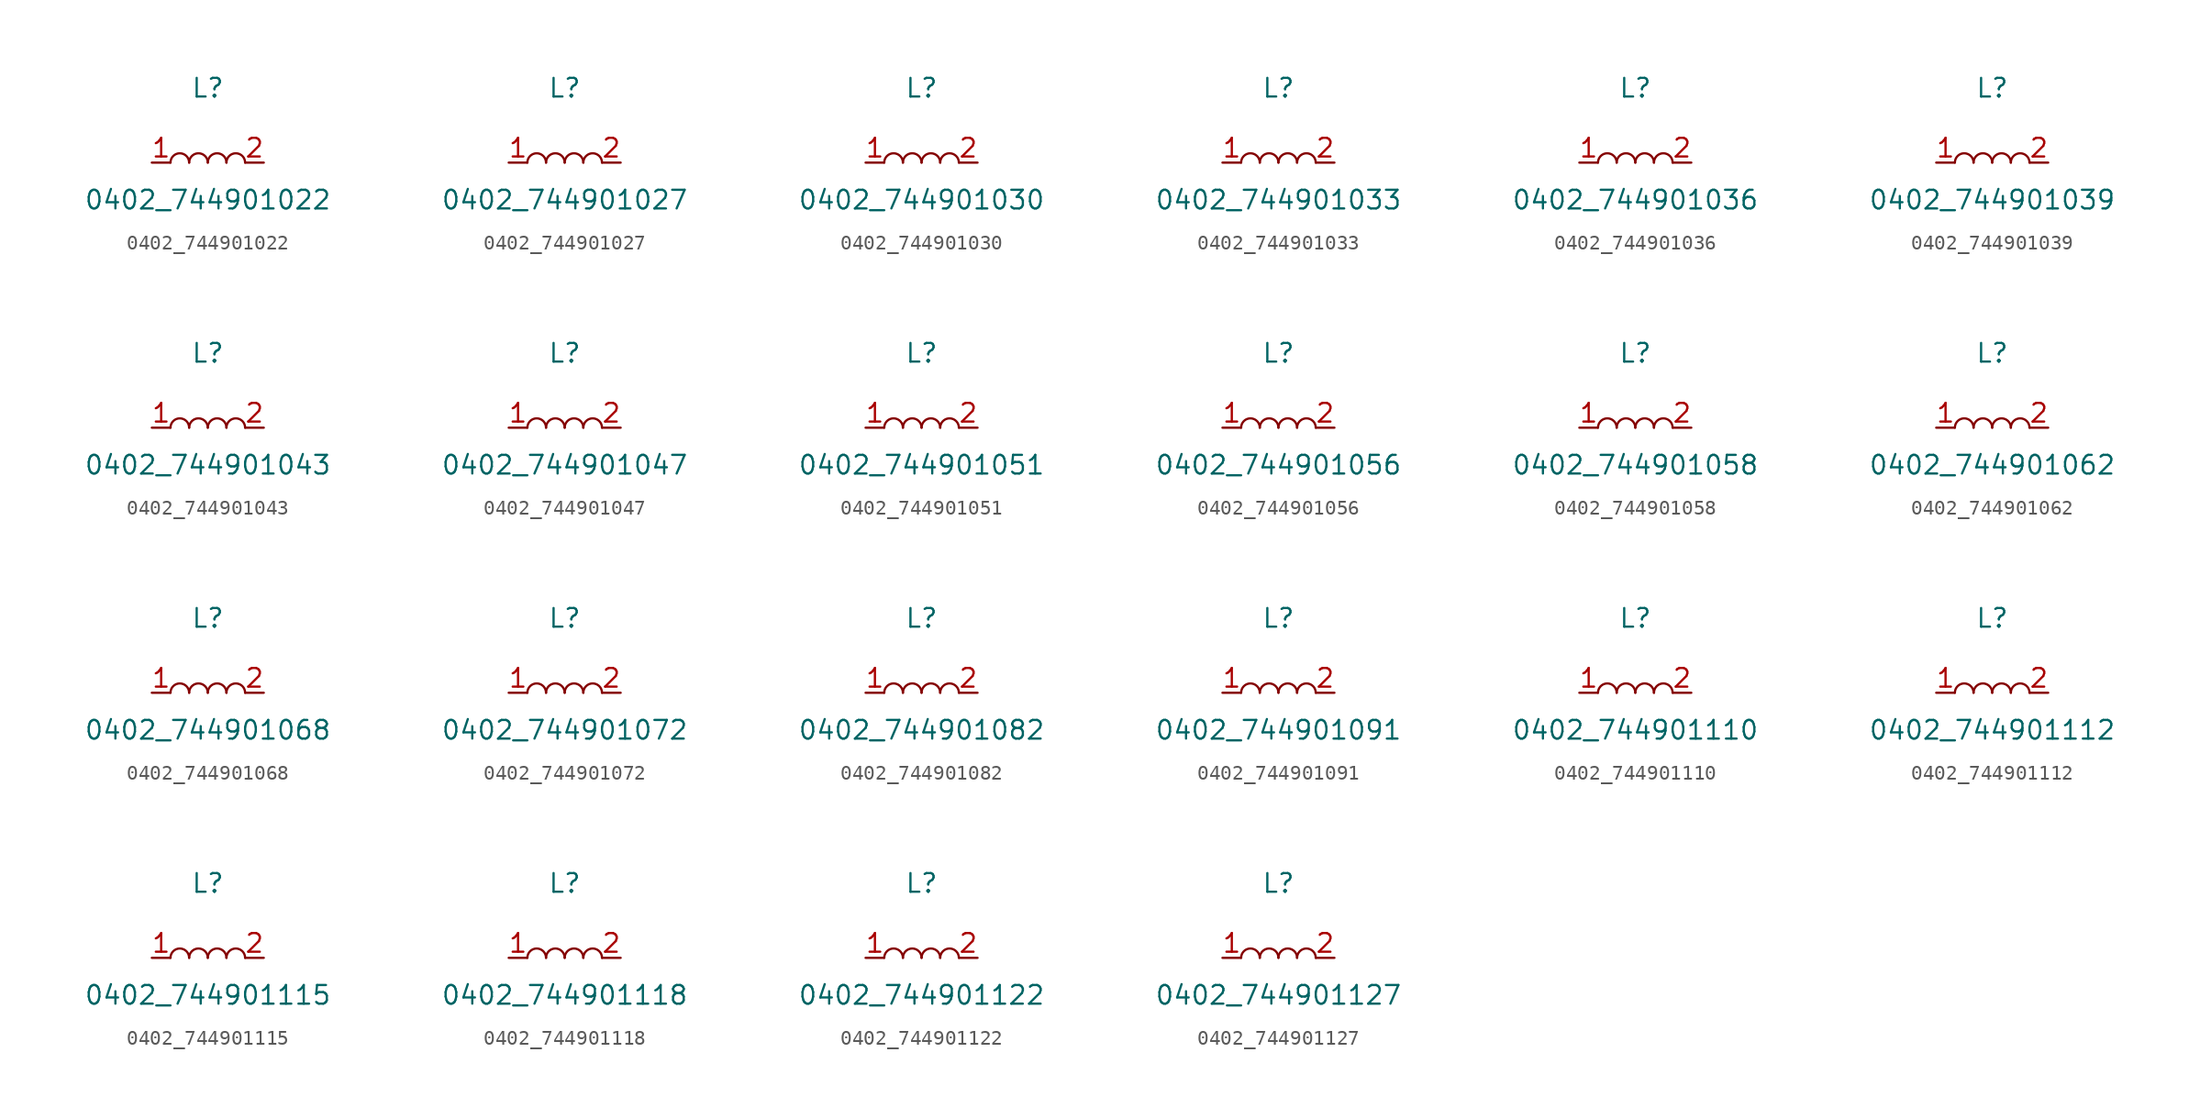
<source format=kicad_sym>
(kicad_symbol_lib
  (version 20220914)
  (generator kicad_symbol_editor)
  (symbol "0402_744901022"
    (pin_names hide)
    (property "Reference" "L"
      (at 0 5.08 0)
      (effects (font (size 1.27 1.27))))
    (property "Value" "0402_744901022"
      (at 0 -2.54 0)
      (effects (font (size 1.27 1.27))))
    (symbol "0402_744901022_0_1"
      (arc (start -1.27 0) (mid -1.905 0.6323) (end -2.54 0) (stroke (width 0) (type default)) (fill (type none)))
      (arc (start 0 0) (mid -0.635 0.6323) (end -1.27 0) (stroke (width 0) (type default)) (fill (type none)))
      (arc (start 1.27 0) (mid 0.635 0.6323) (end 0 0) (stroke (width 0) (type default)) (fill (type none)))
      (arc (start 2.54 0) (mid 1.905 0.6323) (end 1.27 0) (stroke (width 0) (type default)) (fill (type none))))
    (symbol "0402_744901022_1_1"
      (pin passive line (at -3.81 0 0) (length 1.27) (name "1" (effects (font (size 1.27 1.27)))) (number "1" (effects (font (size 1.27 1.27)))))
      (pin passive line (at 3.81 0 180) (length 1.27) (name "2" (effects (font (size 1.27 1.27)))) (number "2" (effects (font (size 1.27 1.27)))))))
  (symbol "0402_744901027"
    (pin_names hide)
    (property "Reference" "L"
      (at 0 5.08 0)
      (effects (font (size 1.27 1.27))))
    (property "Value" "0402_744901027"
      (at 0 -2.54 0)
      (effects (font (size 1.27 1.27))))
    (symbol "0402_744901027_0_1"
      (arc (start -1.27 0) (mid -1.905 0.6323) (end -2.54 0) (stroke (width 0) (type default)) (fill (type none)))
      (arc (start 0 0) (mid -0.635 0.6323) (end -1.27 0) (stroke (width 0) (type default)) (fill (type none)))
      (arc (start 1.27 0) (mid 0.635 0.6323) (end 0 0) (stroke (width 0) (type default)) (fill (type none)))
      (arc (start 2.54 0) (mid 1.905 0.6323) (end 1.27 0) (stroke (width 0) (type default)) (fill (type none))))
    (symbol "0402_744901027_1_1"
      (pin passive line (at -3.81 0 0) (length 1.27) (name "1" (effects (font (size 1.27 1.27)))) (number "1" (effects (font (size 1.27 1.27)))))
      (pin passive line (at 3.81 0 180) (length 1.27) (name "2" (effects (font (size 1.27 1.27)))) (number "2" (effects (font (size 1.27 1.27)))))))
  (symbol "0402_744901030"
    (pin_names hide)
    (property "Reference" "L"
      (at 0 5.08 0)
      (effects (font (size 1.27 1.27))))
    (property "Value" "0402_744901030"
      (at 0 -2.54 0)
      (effects (font (size 1.27 1.27))))
    (symbol "0402_744901030_0_1"
      (arc (start -1.27 0) (mid -1.905 0.6323) (end -2.54 0) (stroke (width 0) (type default)) (fill (type none)))
      (arc (start 0 0) (mid -0.635 0.6323) (end -1.27 0) (stroke (width 0) (type default)) (fill (type none)))
      (arc (start 1.27 0) (mid 0.635 0.6323) (end 0 0) (stroke (width 0) (type default)) (fill (type none)))
      (arc (start 2.54 0) (mid 1.905 0.6323) (end 1.27 0) (stroke (width 0) (type default)) (fill (type none))))
    (symbol "0402_744901030_1_1"
      (pin passive line (at -3.81 0 0) (length 1.27) (name "1" (effects (font (size 1.27 1.27)))) (number "1" (effects (font (size 1.27 1.27)))))
      (pin passive line (at 3.81 0 180) (length 1.27) (name "2" (effects (font (size 1.27 1.27)))) (number "2" (effects (font (size 1.27 1.27)))))))
  (symbol "0402_744901033"
    (pin_names hide)
    (property "Reference" "L"
      (at 0 5.08 0)
      (effects (font (size 1.27 1.27))))
    (property "Value" "0402_744901033"
      (at 0 -2.54 0)
      (effects (font (size 1.27 1.27))))
    (symbol "0402_744901033_0_1"
      (arc (start -1.27 0) (mid -1.905 0.6323) (end -2.54 0) (stroke (width 0) (type default)) (fill (type none)))
      (arc (start 0 0) (mid -0.635 0.6323) (end -1.27 0) (stroke (width 0) (type default)) (fill (type none)))
      (arc (start 1.27 0) (mid 0.635 0.6323) (end 0 0) (stroke (width 0) (type default)) (fill (type none)))
      (arc (start 2.54 0) (mid 1.905 0.6323) (end 1.27 0) (stroke (width 0) (type default)) (fill (type none))))
    (symbol "0402_744901033_1_1"
      (pin passive line (at -3.81 0 0) (length 1.27) (name "1" (effects (font (size 1.27 1.27)))) (number "1" (effects (font (size 1.27 1.27)))))
      (pin passive line (at 3.81 0 180) (length 1.27) (name "2" (effects (font (size 1.27 1.27)))) (number "2" (effects (font (size 1.27 1.27)))))))
  (symbol "0402_744901036"
    (pin_names hide)
    (property "Reference" "L"
      (at 0 5.08 0)
      (effects (font (size 1.27 1.27))))
    (property "Value" "0402_744901036"
      (at 0 -2.54 0)
      (effects (font (size 1.27 1.27))))
    (symbol "0402_744901036_0_1"
      (arc (start -1.27 0) (mid -1.905 0.6323) (end -2.54 0) (stroke (width 0) (type default)) (fill (type none)))
      (arc (start 0 0) (mid -0.635 0.6323) (end -1.27 0) (stroke (width 0) (type default)) (fill (type none)))
      (arc (start 1.27 0) (mid 0.635 0.6323) (end 0 0) (stroke (width 0) (type default)) (fill (type none)))
      (arc (start 2.54 0) (mid 1.905 0.6323) (end 1.27 0) (stroke (width 0) (type default)) (fill (type none))))
    (symbol "0402_744901036_1_1"
      (pin passive line (at -3.81 0 0) (length 1.27) (name "1" (effects (font (size 1.27 1.27)))) (number "1" (effects (font (size 1.27 1.27)))))
      (pin passive line (at 3.81 0 180) (length 1.27) (name "2" (effects (font (size 1.27 1.27)))) (number "2" (effects (font (size 1.27 1.27)))))))
  (symbol "0402_744901039"
    (pin_names hide)
    (property "Reference" "L"
      (at 0 5.08 0)
      (effects (font (size 1.27 1.27))))
    (property "Value" "0402_744901039"
      (at 0 -2.54 0)
      (effects (font (size 1.27 1.27))))
    (symbol "0402_744901039_0_1"
      (arc (start -1.27 0) (mid -1.905 0.6323) (end -2.54 0) (stroke (width 0) (type default)) (fill (type none)))
      (arc (start 0 0) (mid -0.635 0.6323) (end -1.27 0) (stroke (width 0) (type default)) (fill (type none)))
      (arc (start 1.27 0) (mid 0.635 0.6323) (end 0 0) (stroke (width 0) (type default)) (fill (type none)))
      (arc (start 2.54 0) (mid 1.905 0.6323) (end 1.27 0) (stroke (width 0) (type default)) (fill (type none))))
    (symbol "0402_744901039_1_1"
      (pin passive line (at -3.81 0 0) (length 1.27) (name "1" (effects (font (size 1.27 1.27)))) (number "1" (effects (font (size 1.27 1.27)))))
      (pin passive line (at 3.81 0 180) (length 1.27) (name "2" (effects (font (size 1.27 1.27)))) (number "2" (effects (font (size 1.27 1.27)))))))
  (symbol "0402_744901043"
    (pin_names hide)
    (property "Reference" "L"
      (at 0 5.08 0)
      (effects (font (size 1.27 1.27))))
    (property "Value" "0402_744901043"
      (at 0 -2.54 0)
      (effects (font (size 1.27 1.27))))
    (symbol "0402_744901043_0_1"
      (arc (start -1.27 0) (mid -1.905 0.6323) (end -2.54 0) (stroke (width 0) (type default)) (fill (type none)))
      (arc (start 0 0) (mid -0.635 0.6323) (end -1.27 0) (stroke (width 0) (type default)) (fill (type none)))
      (arc (start 1.27 0) (mid 0.635 0.6323) (end 0 0) (stroke (width 0) (type default)) (fill (type none)))
      (arc (start 2.54 0) (mid 1.905 0.6323) (end 1.27 0) (stroke (width 0) (type default)) (fill (type none))))
    (symbol "0402_744901043_1_1"
      (pin passive line (at -3.81 0 0) (length 1.27) (name "1" (effects (font (size 1.27 1.27)))) (number "1" (effects (font (size 1.27 1.27)))))
      (pin passive line (at 3.81 0 180) (length 1.27) (name "2" (effects (font (size 1.27 1.27)))) (number "2" (effects (font (size 1.27 1.27)))))))
  (symbol "0402_744901047"
    (pin_names hide)
    (property "Reference" "L"
      (at 0 5.08 0)
      (effects (font (size 1.27 1.27))))
    (property "Value" "0402_744901047"
      (at 0 -2.54 0)
      (effects (font (size 1.27 1.27))))
    (symbol "0402_744901047_0_1"
      (arc (start -1.27 0) (mid -1.905 0.6323) (end -2.54 0) (stroke (width 0) (type default)) (fill (type none)))
      (arc (start 0 0) (mid -0.635 0.6323) (end -1.27 0) (stroke (width 0) (type default)) (fill (type none)))
      (arc (start 1.27 0) (mid 0.635 0.6323) (end 0 0) (stroke (width 0) (type default)) (fill (type none)))
      (arc (start 2.54 0) (mid 1.905 0.6323) (end 1.27 0) (stroke (width 0) (type default)) (fill (type none))))
    (symbol "0402_744901047_1_1"
      (pin passive line (at -3.81 0 0) (length 1.27) (name "1" (effects (font (size 1.27 1.27)))) (number "1" (effects (font (size 1.27 1.27)))))
      (pin passive line (at 3.81 0 180) (length 1.27) (name "2" (effects (font (size 1.27 1.27)))) (number "2" (effects (font (size 1.27 1.27)))))))
  (symbol "0402_744901051"
    (pin_names hide)
    (property "Reference" "L"
      (at 0 5.08 0)
      (effects (font (size 1.27 1.27))))
    (property "Value" "0402_744901051"
      (at 0 -2.54 0)
      (effects (font (size 1.27 1.27))))
    (symbol "0402_744901051_0_1"
      (arc (start -1.27 0) (mid -1.905 0.6323) (end -2.54 0) (stroke (width 0) (type default)) (fill (type none)))
      (arc (start 0 0) (mid -0.635 0.6323) (end -1.27 0) (stroke (width 0) (type default)) (fill (type none)))
      (arc (start 1.27 0) (mid 0.635 0.6323) (end 0 0) (stroke (width 0) (type default)) (fill (type none)))
      (arc (start 2.54 0) (mid 1.905 0.6323) (end 1.27 0) (stroke (width 0) (type default)) (fill (type none))))
    (symbol "0402_744901051_1_1"
      (pin passive line (at -3.81 0 0) (length 1.27) (name "1" (effects (font (size 1.27 1.27)))) (number "1" (effects (font (size 1.27 1.27)))))
      (pin passive line (at 3.81 0 180) (length 1.27) (name "2" (effects (font (size 1.27 1.27)))) (number "2" (effects (font (size 1.27 1.27)))))))
  (symbol "0402_744901056"
    (pin_names hide)
    (property "Reference" "L"
      (at 0 5.08 0)
      (effects (font (size 1.27 1.27))))
    (property "Value" "0402_744901056"
      (at 0 -2.54 0)
      (effects (font (size 1.27 1.27))))
    (symbol "0402_744901056_0_1"
      (arc (start -1.27 0) (mid -1.905 0.6323) (end -2.54 0) (stroke (width 0) (type default)) (fill (type none)))
      (arc (start 0 0) (mid -0.635 0.6323) (end -1.27 0) (stroke (width 0) (type default)) (fill (type none)))
      (arc (start 1.27 0) (mid 0.635 0.6323) (end 0 0) (stroke (width 0) (type default)) (fill (type none)))
      (arc (start 2.54 0) (mid 1.905 0.6323) (end 1.27 0) (stroke (width 0) (type default)) (fill (type none))))
    (symbol "0402_744901056_1_1"
      (pin passive line (at -3.81 0 0) (length 1.27) (name "1" (effects (font (size 1.27 1.27)))) (number "1" (effects (font (size 1.27 1.27)))))
      (pin passive line (at 3.81 0 180) (length 1.27) (name "2" (effects (font (size 1.27 1.27)))) (number "2" (effects (font (size 1.27 1.27)))))))
  (symbol "0402_744901058"
    (pin_names hide)
    (property "Reference" "L"
      (at 0 5.08 0)
      (effects (font (size 1.27 1.27))))
    (property "Value" "0402_744901058"
      (at 0 -2.54 0)
      (effects (font (size 1.27 1.27))))
    (symbol "0402_744901058_0_1"
      (arc (start -1.27 0) (mid -1.905 0.6323) (end -2.54 0) (stroke (width 0) (type default)) (fill (type none)))
      (arc (start 0 0) (mid -0.635 0.6323) (end -1.27 0) (stroke (width 0) (type default)) (fill (type none)))
      (arc (start 1.27 0) (mid 0.635 0.6323) (end 0 0) (stroke (width 0) (type default)) (fill (type none)))
      (arc (start 2.54 0) (mid 1.905 0.6323) (end 1.27 0) (stroke (width 0) (type default)) (fill (type none))))
    (symbol "0402_744901058_1_1"
      (pin passive line (at -3.81 0 0) (length 1.27) (name "1" (effects (font (size 1.27 1.27)))) (number "1" (effects (font (size 1.27 1.27)))))
      (pin passive line (at 3.81 0 180) (length 1.27) (name "2" (effects (font (size 1.27 1.27)))) (number "2" (effects (font (size 1.27 1.27)))))))
  (symbol "0402_744901062"
    (pin_names hide)
    (property "Reference" "L"
      (at 0 5.08 0)
      (effects (font (size 1.27 1.27))))
    (property "Value" "0402_744901062"
      (at 0 -2.54 0)
      (effects (font (size 1.27 1.27))))
    (symbol "0402_744901062_0_1"
      (arc (start -1.27 0) (mid -1.905 0.6323) (end -2.54 0) (stroke (width 0) (type default)) (fill (type none)))
      (arc (start 0 0) (mid -0.635 0.6323) (end -1.27 0) (stroke (width 0) (type default)) (fill (type none)))
      (arc (start 1.27 0) (mid 0.635 0.6323) (end 0 0) (stroke (width 0) (type default)) (fill (type none)))
      (arc (start 2.54 0) (mid 1.905 0.6323) (end 1.27 0) (stroke (width 0) (type default)) (fill (type none))))
    (symbol "0402_744901062_1_1"
      (pin passive line (at -3.81 0 0) (length 1.27) (name "1" (effects (font (size 1.27 1.27)))) (number "1" (effects (font (size 1.27 1.27)))))
      (pin passive line (at 3.81 0 180) (length 1.27) (name "2" (effects (font (size 1.27 1.27)))) (number "2" (effects (font (size 1.27 1.27)))))))
  (symbol "0402_744901068"
    (pin_names hide)
    (property "Reference" "L"
      (at 0 5.08 0)
      (effects (font (size 1.27 1.27))))
    (property "Value" "0402_744901068"
      (at 0 -2.54 0)
      (effects (font (size 1.27 1.27))))
    (symbol "0402_744901068_0_1"
      (arc (start -1.27 0) (mid -1.905 0.6323) (end -2.54 0) (stroke (width 0) (type default)) (fill (type none)))
      (arc (start 0 0) (mid -0.635 0.6323) (end -1.27 0) (stroke (width 0) (type default)) (fill (type none)))
      (arc (start 1.27 0) (mid 0.635 0.6323) (end 0 0) (stroke (width 0) (type default)) (fill (type none)))
      (arc (start 2.54 0) (mid 1.905 0.6323) (end 1.27 0) (stroke (width 0) (type default)) (fill (type none))))
    (symbol "0402_744901068_1_1"
      (pin passive line (at -3.81 0 0) (length 1.27) (name "1" (effects (font (size 1.27 1.27)))) (number "1" (effects (font (size 1.27 1.27)))))
      (pin passive line (at 3.81 0 180) (length 1.27) (name "2" (effects (font (size 1.27 1.27)))) (number "2" (effects (font (size 1.27 1.27)))))))
  (symbol "0402_744901072"
    (pin_names hide)
    (property "Reference" "L"
      (at 0 5.08 0)
      (effects (font (size 1.27 1.27))))
    (property "Value" "0402_744901072"
      (at 0 -2.54 0)
      (effects (font (size 1.27 1.27))))
    (symbol "0402_744901072_0_1"
      (arc (start -1.27 0) (mid -1.905 0.6323) (end -2.54 0) (stroke (width 0) (type default)) (fill (type none)))
      (arc (start 0 0) (mid -0.635 0.6323) (end -1.27 0) (stroke (width 0) (type default)) (fill (type none)))
      (arc (start 1.27 0) (mid 0.635 0.6323) (end 0 0) (stroke (width 0) (type default)) (fill (type none)))
      (arc (start 2.54 0) (mid 1.905 0.6323) (end 1.27 0) (stroke (width 0) (type default)) (fill (type none))))
    (symbol "0402_744901072_1_1"
      (pin passive line (at -3.81 0 0) (length 1.27) (name "1" (effects (font (size 1.27 1.27)))) (number "1" (effects (font (size 1.27 1.27)))))
      (pin passive line (at 3.81 0 180) (length 1.27) (name "2" (effects (font (size 1.27 1.27)))) (number "2" (effects (font (size 1.27 1.27)))))))
  (symbol "0402_744901082"
    (pin_names hide)
    (property "Reference" "L"
      (at 0 5.08 0)
      (effects (font (size 1.27 1.27))))
    (property "Value" "0402_744901082"
      (at 0 -2.54 0)
      (effects (font (size 1.27 1.27))))
    (symbol "0402_744901082_0_1"
      (arc (start -1.27 0) (mid -1.905 0.6323) (end -2.54 0) (stroke (width 0) (type default)) (fill (type none)))
      (arc (start 0 0) (mid -0.635 0.6323) (end -1.27 0) (stroke (width 0) (type default)) (fill (type none)))
      (arc (start 1.27 0) (mid 0.635 0.6323) (end 0 0) (stroke (width 0) (type default)) (fill (type none)))
      (arc (start 2.54 0) (mid 1.905 0.6323) (end 1.27 0) (stroke (width 0) (type default)) (fill (type none))))
    (symbol "0402_744901082_1_1"
      (pin passive line (at -3.81 0 0) (length 1.27) (name "1" (effects (font (size 1.27 1.27)))) (number "1" (effects (font (size 1.27 1.27)))))
      (pin passive line (at 3.81 0 180) (length 1.27) (name "2" (effects (font (size 1.27 1.27)))) (number "2" (effects (font (size 1.27 1.27)))))))
  (symbol "0402_744901091"
    (pin_names hide)
    (property "Reference" "L"
      (at 0 5.08 0)
      (effects (font (size 1.27 1.27))))
    (property "Value" "0402_744901091"
      (at 0 -2.54 0)
      (effects (font (size 1.27 1.27))))
    (symbol "0402_744901091_0_1"
      (arc (start -1.27 0) (mid -1.905 0.6323) (end -2.54 0) (stroke (width 0) (type default)) (fill (type none)))
      (arc (start 0 0) (mid -0.635 0.6323) (end -1.27 0) (stroke (width 0) (type default)) (fill (type none)))
      (arc (start 1.27 0) (mid 0.635 0.6323) (end 0 0) (stroke (width 0) (type default)) (fill (type none)))
      (arc (start 2.54 0) (mid 1.905 0.6323) (end 1.27 0) (stroke (width 0) (type default)) (fill (type none))))
    (symbol "0402_744901091_1_1"
      (pin passive line (at -3.81 0 0) (length 1.27) (name "1" (effects (font (size 1.27 1.27)))) (number "1" (effects (font (size 1.27 1.27)))))
      (pin passive line (at 3.81 0 180) (length 1.27) (name "2" (effects (font (size 1.27 1.27)))) (number "2" (effects (font (size 1.27 1.27)))))))
  (symbol "0402_744901110"
    (pin_names hide)
    (property "Reference" "L"
      (at 0 5.08 0)
      (effects (font (size 1.27 1.27))))
    (property "Value" "0402_744901110"
      (at 0 -2.54 0)
      (effects (font (size 1.27 1.27))))
    (symbol "0402_744901110_0_1"
      (arc (start -1.27 0) (mid -1.905 0.6323) (end -2.54 0) (stroke (width 0) (type default)) (fill (type none)))
      (arc (start 0 0) (mid -0.635 0.6323) (end -1.27 0) (stroke (width 0) (type default)) (fill (type none)))
      (arc (start 1.27 0) (mid 0.635 0.6323) (end 0 0) (stroke (width 0) (type default)) (fill (type none)))
      (arc (start 2.54 0) (mid 1.905 0.6323) (end 1.27 0) (stroke (width 0) (type default)) (fill (type none))))
    (symbol "0402_744901110_1_1"
      (pin passive line (at -3.81 0 0) (length 1.27) (name "1" (effects (font (size 1.27 1.27)))) (number "1" (effects (font (size 1.27 1.27)))))
      (pin passive line (at 3.81 0 180) (length 1.27) (name "2" (effects (font (size 1.27 1.27)))) (number "2" (effects (font (size 1.27 1.27)))))))
  (symbol "0402_744901112"
    (pin_names hide)
    (property "Reference" "L"
      (at 0 5.08 0)
      (effects (font (size 1.27 1.27))))
    (property "Value" "0402_744901112"
      (at 0 -2.54 0)
      (effects (font (size 1.27 1.27))))
    (symbol "0402_744901112_0_1"
      (arc (start -1.27 0) (mid -1.905 0.6323) (end -2.54 0) (stroke (width 0) (type default)) (fill (type none)))
      (arc (start 0 0) (mid -0.635 0.6323) (end -1.27 0) (stroke (width 0) (type default)) (fill (type none)))
      (arc (start 1.27 0) (mid 0.635 0.6323) (end 0 0) (stroke (width 0) (type default)) (fill (type none)))
      (arc (start 2.54 0) (mid 1.905 0.6323) (end 1.27 0) (stroke (width 0) (type default)) (fill (type none))))
    (symbol "0402_744901112_1_1"
      (pin passive line (at -3.81 0 0) (length 1.27) (name "1" (effects (font (size 1.27 1.27)))) (number "1" (effects (font (size 1.27 1.27)))))
      (pin passive line (at 3.81 0 180) (length 1.27) (name "2" (effects (font (size 1.27 1.27)))) (number "2" (effects (font (size 1.27 1.27)))))))
  (symbol "0402_744901115"
    (pin_names hide)
    (property "Reference" "L"
      (at 0 5.08 0)
      (effects (font (size 1.27 1.27))))
    (property "Value" "0402_744901115"
      (at 0 -2.54 0)
      (effects (font (size 1.27 1.27))))
    (symbol "0402_744901115_0_1"
      (arc (start -1.27 0) (mid -1.905 0.6323) (end -2.54 0) (stroke (width 0) (type default)) (fill (type none)))
      (arc (start 0 0) (mid -0.635 0.6323) (end -1.27 0) (stroke (width 0) (type default)) (fill (type none)))
      (arc (start 1.27 0) (mid 0.635 0.6323) (end 0 0) (stroke (width 0) (type default)) (fill (type none)))
      (arc (start 2.54 0) (mid 1.905 0.6323) (end 1.27 0) (stroke (width 0) (type default)) (fill (type none))))
    (symbol "0402_744901115_1_1"
      (pin passive line (at -3.81 0 0) (length 1.27) (name "1" (effects (font (size 1.27 1.27)))) (number "1" (effects (font (size 1.27 1.27)))))
      (pin passive line (at 3.81 0 180) (length 1.27) (name "2" (effects (font (size 1.27 1.27)))) (number "2" (effects (font (size 1.27 1.27)))))))
  (symbol "0402_744901118"
    (pin_names hide)
    (property "Reference" "L"
      (at 0 5.08 0)
      (effects (font (size 1.27 1.27))))
    (property "Value" "0402_744901118"
      (at 0 -2.54 0)
      (effects (font (size 1.27 1.27))))
    (symbol "0402_744901118_0_1"
      (arc (start -1.27 0) (mid -1.905 0.6323) (end -2.54 0) (stroke (width 0) (type default)) (fill (type none)))
      (arc (start 0 0) (mid -0.635 0.6323) (end -1.27 0) (stroke (width 0) (type default)) (fill (type none)))
      (arc (start 1.27 0) (mid 0.635 0.6323) (end 0 0) (stroke (width 0) (type default)) (fill (type none)))
      (arc (start 2.54 0) (mid 1.905 0.6323) (end 1.27 0) (stroke (width 0) (type default)) (fill (type none))))
    (symbol "0402_744901118_1_1"
      (pin passive line (at -3.81 0 0) (length 1.27) (name "1" (effects (font (size 1.27 1.27)))) (number "1" (effects (font (size 1.27 1.27)))))
      (pin passive line (at 3.81 0 180) (length 1.27) (name "2" (effects (font (size 1.27 1.27)))) (number "2" (effects (font (size 1.27 1.27)))))))
  (symbol "0402_744901122"
    (pin_names hide)
    (property "Reference" "L"
      (at 0 5.08 0)
      (effects (font (size 1.27 1.27))))
    (property "Value" "0402_744901122"
      (at 0 -2.54 0)
      (effects (font (size 1.27 1.27))))
    (symbol "0402_744901122_0_1"
      (arc (start -1.27 0) (mid -1.905 0.6323) (end -2.54 0) (stroke (width 0) (type default)) (fill (type none)))
      (arc (start 0 0) (mid -0.635 0.6323) (end -1.27 0) (stroke (width 0) (type default)) (fill (type none)))
      (arc (start 1.27 0) (mid 0.635 0.6323) (end 0 0) (stroke (width 0) (type default)) (fill (type none)))
      (arc (start 2.54 0) (mid 1.905 0.6323) (end 1.27 0) (stroke (width 0) (type default)) (fill (type none))))
    (symbol "0402_744901122_1_1"
      (pin passive line (at -3.81 0 0) (length 1.27) (name "1" (effects (font (size 1.27 1.27)))) (number "1" (effects (font (size 1.27 1.27)))))
      (pin passive line (at 3.81 0 180) (length 1.27) (name "2" (effects (font (size 1.27 1.27)))) (number "2" (effects (font (size 1.27 1.27)))))))
  (symbol "0402_744901127"
    (pin_names hide)
    (property "Reference" "L"
      (at 0 5.08 0)
      (effects (font (size 1.27 1.27))))
    (property "Value" "0402_744901127"
      (at 0 -2.54 0)
      (effects (font (size 1.27 1.27))))
    (symbol "0402_744901127_0_1"
      (arc (start -1.27 0) (mid -1.905 0.6323) (end -2.54 0) (stroke (width 0) (type default)) (fill (type none)))
      (arc (start 0 0) (mid -0.635 0.6323) (end -1.27 0) (stroke (width 0) (type default)) (fill (type none)))
      (arc (start 1.27 0) (mid 0.635 0.6323) (end 0 0) (stroke (width 0) (type default)) (fill (type none)))
      (arc (start 2.54 0) (mid 1.905 0.6323) (end 1.27 0) (stroke (width 0) (type default)) (fill (type none))))
    (symbol "0402_744901127_1_1"
      (pin passive line (at -3.81 0 0) (length 1.27) (name "1" (effects (font (size 1.27 1.27)))) (number "1" (effects (font (size 1.27 1.27)))))
      (pin passive line (at 3.81 0 180) (length 1.27) (name "2" (effects (font (size 1.27 1.27)))) (number "2" (effects (font (size 1.27 1.27))))))))
</source>
